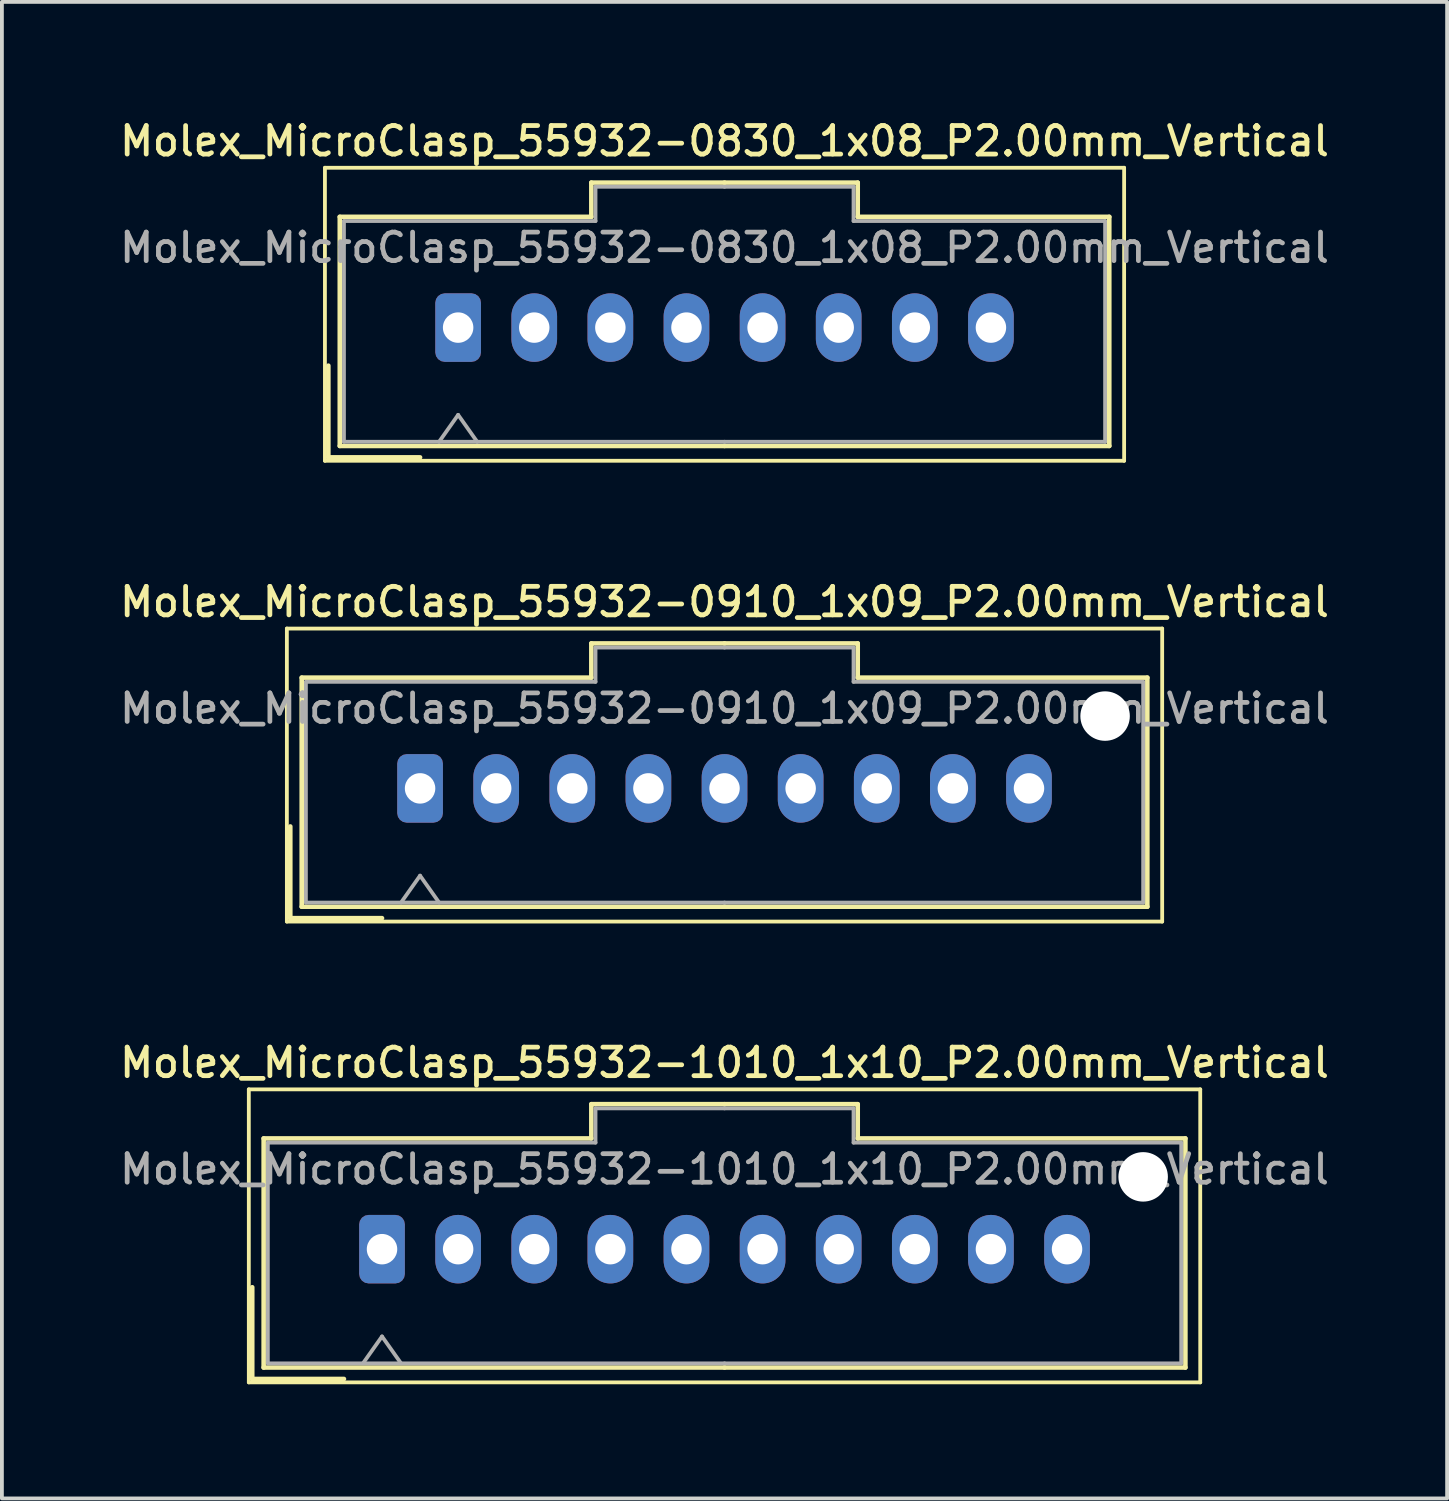
<source format=kicad_pcb>
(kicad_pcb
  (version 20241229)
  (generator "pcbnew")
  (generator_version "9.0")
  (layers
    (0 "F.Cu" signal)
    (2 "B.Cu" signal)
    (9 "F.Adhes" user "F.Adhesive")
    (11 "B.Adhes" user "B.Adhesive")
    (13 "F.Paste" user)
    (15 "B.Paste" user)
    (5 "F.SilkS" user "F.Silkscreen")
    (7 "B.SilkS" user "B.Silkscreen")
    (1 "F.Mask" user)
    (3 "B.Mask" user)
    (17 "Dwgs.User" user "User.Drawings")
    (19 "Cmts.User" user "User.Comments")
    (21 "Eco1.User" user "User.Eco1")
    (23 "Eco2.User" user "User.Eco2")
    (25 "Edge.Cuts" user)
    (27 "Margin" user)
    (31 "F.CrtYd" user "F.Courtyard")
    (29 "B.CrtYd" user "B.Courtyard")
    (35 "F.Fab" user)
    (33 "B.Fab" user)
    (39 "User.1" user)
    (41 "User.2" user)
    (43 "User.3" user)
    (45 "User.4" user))
  (footprint "Molex_MicroClasp_55932-1010_1x10_P2.00mm_Vertical"
    (layer "F.Cu")
    (at 6.988 29.774)
    (property "Reference" "Molex_MicroClasp_55932-1010_1x10_P2.00mm_Vertical" (at 9 -4.9 0) (layer "F.SilkS") (effects (font (size 0.75 0.75) (thickness 0.125))))
    (attr through_hole)
    (fp_line (start -3.5 -4.2) (end -3.5 3.5) (stroke (width 0.1) (type solid)) (layer "F.SilkS"))
    (fp_line (start -3.5 3.5) (end 21.5 3.5) (stroke (width 0.1) (type solid)) (layer "F.SilkS"))
    (fp_line (start -3.41 1) (end -3.41 3.41) (stroke (width 0.12) (type solid)) (layer "F.SilkS"))
    (fp_line (start -3.41 3.41) (end -1 3.41) (stroke (width 0.12) (type solid)) (layer "F.SilkS"))
    (fp_line (start -3.11 -2.91) (end -3.11 3.11) (stroke (width 0.12) (type solid)) (layer "F.SilkS"))
    (fp_line (start -3.11 3.11) (end 9 3.11) (stroke (width 0.12) (type solid)) (layer "F.SilkS"))
    (fp_line (start 5.5 -3.81) (end 5.5 -2.91) (stroke (width 0.12) (type solid)) (layer "F.SilkS"))
    (fp_line (start 5.5 -2.91) (end -3.11 -2.91) (stroke (width 0.12) (type solid)) (layer "F.SilkS"))
    (fp_line (start 9 -3.81) (end 5.5 -3.81) (stroke (width 0.12) (type solid)) (layer "F.SilkS"))
    (fp_line (start 9 -3.81) (end 12.5 -3.81) (stroke (width 0.12) (type solid)) (layer "F.SilkS"))
    (fp_line (start 12.5 -3.81) (end 12.5 -2.91) (stroke (width 0.12) (type solid)) (layer "F.SilkS"))
    (fp_line (start 12.5 -2.91) (end 21.11 -2.91) (stroke (width 0.12) (type solid)) (layer "F.SilkS"))
    (fp_line (start 21.11 -2.91) (end 21.11 3.11) (stroke (width 0.12) (type solid)) (layer "F.SilkS"))
    (fp_line (start 21.11 3.11) (end 9 3.11) (stroke (width 0.12) (type solid)) (layer "F.SilkS"))
    (fp_line (start 21.5 -4.2) (end -3.5 -4.2) (stroke (width 0.1) (type solid)) (layer "F.SilkS"))
    (fp_line (start 21.5 3.5) (end 21.5 -4.2) (stroke (width 0.1) (type solid)) (layer "F.SilkS"))
    (fp_line (start -3 -2.8) (end -3 3) (stroke (width 0.1) (type solid)) (layer "F.Fab"))
    (fp_line (start -3 3) (end 9 3) (stroke (width 0.1) (type solid)) (layer "F.Fab"))
    (fp_line (start -0.5 3) (end 0 2.293) (stroke (width 0.1) (type solid)) (layer "F.Fab"))
    (fp_line (start 0 2.293) (end 0.5 3) (stroke (width 0.1) (type solid)) (layer "F.Fab"))
    (fp_line (start 5.61 -3.7) (end 5.61 -2.8) (stroke (width 0.1) (type solid)) (layer "F.Fab"))
    (fp_line (start 5.61 -2.8) (end -3 -2.8) (stroke (width 0.1) (type solid)) (layer "F.Fab"))
    (fp_line (start 9 -3.7) (end 5.61 -3.7) (stroke (width 0.1) (type solid)) (layer "F.Fab"))
    (fp_line (start 9 -3.7) (end 12.39 -3.7) (stroke (width 0.1) (type solid)) (layer "F.Fab"))
    (fp_line (start 12.39 -3.7) (end 12.39 -2.8) (stroke (width 0.1) (type solid)) (layer "F.Fab"))
    (fp_line (start 12.39 -2.8) (end 21 -2.8) (stroke (width 0.1) (type solid)) (layer "F.Fab"))
    (fp_line (start 21 -2.8) (end 21 3) (stroke (width 0.1) (type solid)) (layer "F.Fab"))
    (fp_line (start 21 3) (end 9 3) (stroke (width 0.1) (type solid)) (layer "F.Fab"))
    (fp_text user "${REFERENCE}" (at 9 -2.1 0) (layer "F.Fab") (effects (font (size 0.75 0.75) (thickness 0.125))))
    (pad "" np_thru_hole circle (at 20 -1.9) (size 1.3 1.3) (drill 1.3) (layers "*.Cu" "*.Mask"))
    (pad "1" thru_hole roundrect (at 0 0) (size 1.2 1.8) (drill 0.8) (layers "*.Cu" "*.Mask") (roundrect_rratio 0.208))
    (pad "2" thru_hole oval (at 2 0) (size 1.2 1.8) (drill 0.8) (layers "*.Cu" "*.Mask"))
    (pad "3" thru_hole oval (at 4 0) (size 1.2 1.8) (drill 0.8) (layers "*.Cu" "*.Mask"))
    (pad "4" thru_hole oval (at 6 0) (size 1.2 1.8) (drill 0.8) (layers "*.Cu" "*.Mask"))
    (pad "5" thru_hole oval (at 8 0) (size 1.2 1.8) (drill 0.8) (layers "*.Cu" "*.Mask"))
    (pad "6" thru_hole oval (at 10 0) (size 1.2 1.8) (drill 0.8) (layers "*.Cu" "*.Mask"))
    (pad "7" thru_hole oval (at 12 0) (size 1.2 1.8) (drill 0.8) (layers "*.Cu" "*.Mask"))
    (pad "8" thru_hole oval (at 14 0) (size 1.2 1.8) (drill 0.8) (layers "*.Cu" "*.Mask"))
    (pad "9" thru_hole oval (at 16 0) (size 1.2 1.8) (drill 0.8) (layers "*.Cu" "*.Mask"))
    (pad "10" thru_hole oval (at 18 0) (size 1.2 1.8) (drill 0.8) (layers "*.Cu" "*.Mask")))
  (footprint "Molex_MicroClasp_55932-0830_1x08_P2.00mm_Vertical"
    (layer "F.Cu")
    (at 8.988 5.558)
    (property "Reference" "Molex_MicroClasp_55932-0830_1x08_P2.00mm_Vertical" (at 7 -4.9 0) (layer "F.SilkS") (effects (font (size 0.75 0.75) (thickness 0.125))))
    (attr through_hole)
    (fp_line (start -3.5 -4.2) (end -3.5 3.5) (stroke (width 0.1) (type solid)) (layer "F.SilkS"))
    (fp_line (start -3.5 3.5) (end 17.5 3.5) (stroke (width 0.1) (type solid)) (layer "F.SilkS"))
    (fp_line (start -3.41 1) (end -3.41 3.41) (stroke (width 0.12) (type solid)) (layer "F.SilkS"))
    (fp_line (start -3.41 3.41) (end -1 3.41) (stroke (width 0.12) (type solid)) (layer "F.SilkS"))
    (fp_line (start -3.11 -2.91) (end -3.11 3.11) (stroke (width 0.12) (type solid)) (layer "F.SilkS"))
    (fp_line (start -3.11 3.11) (end 7 3.11) (stroke (width 0.12) (type solid)) (layer "F.SilkS"))
    (fp_line (start 3.5 -3.81) (end 3.5 -2.91) (stroke (width 0.12) (type solid)) (layer "F.SilkS"))
    (fp_line (start 3.5 -2.91) (end -3.11 -2.91) (stroke (width 0.12) (type solid)) (layer "F.SilkS"))
    (fp_line (start 7 -3.81) (end 3.5 -3.81) (stroke (width 0.12) (type solid)) (layer "F.SilkS"))
    (fp_line (start 7 -3.81) (end 10.5 -3.81) (stroke (width 0.12) (type solid)) (layer "F.SilkS"))
    (fp_line (start 10.5 -3.81) (end 10.5 -2.91) (stroke (width 0.12) (type solid)) (layer "F.SilkS"))
    (fp_line (start 10.5 -2.91) (end 17.11 -2.91) (stroke (width 0.12) (type solid)) (layer "F.SilkS"))
    (fp_line (start 17.11 -2.91) (end 17.11 3.11) (stroke (width 0.12) (type solid)) (layer "F.SilkS"))
    (fp_line (start 17.11 3.11) (end 7 3.11) (stroke (width 0.12) (type solid)) (layer "F.SilkS"))
    (fp_line (start 17.5 -4.2) (end -3.5 -4.2) (stroke (width 0.1) (type solid)) (layer "F.SilkS"))
    (fp_line (start 17.5 3.5) (end 17.5 -4.2) (stroke (width 0.1) (type solid)) (layer "F.SilkS"))
    (fp_line (start -3 -2.8) (end -3 3) (stroke (width 0.1) (type solid)) (layer "F.Fab"))
    (fp_line (start -3 3) (end 7 3) (stroke (width 0.1) (type solid)) (layer "F.Fab"))
    (fp_line (start -0.5 3) (end 0 2.293) (stroke (width 0.1) (type solid)) (layer "F.Fab"))
    (fp_line (start 0 2.293) (end 0.5 3) (stroke (width 0.1) (type solid)) (layer "F.Fab"))
    (fp_line (start 3.61 -3.7) (end 3.61 -2.8) (stroke (width 0.1) (type solid)) (layer "F.Fab"))
    (fp_line (start 3.61 -2.8) (end -3 -2.8) (stroke (width 0.1) (type solid)) (layer "F.Fab"))
    (fp_line (start 7 -3.7) (end 3.61 -3.7) (stroke (width 0.1) (type solid)) (layer "F.Fab"))
    (fp_line (start 7 -3.7) (end 10.39 -3.7) (stroke (width 0.1) (type solid)) (layer "F.Fab"))
    (fp_line (start 10.39 -3.7) (end 10.39 -2.8) (stroke (width 0.1) (type solid)) (layer "F.Fab"))
    (fp_line (start 10.39 -2.8) (end 17 -2.8) (stroke (width 0.1) (type solid)) (layer "F.Fab"))
    (fp_line (start 17 -2.8) (end 17 3) (stroke (width 0.1) (type solid)) (layer "F.Fab"))
    (fp_line (start 17 3) (end 7 3) (stroke (width 0.1) (type solid)) (layer "F.Fab"))
    (fp_text user "${REFERENCE}" (at 7 -2.1 0) (layer "F.Fab") (effects (font (size 0.75 0.75) (thickness 0.125))))
    (pad "1" thru_hole roundrect (at 0 0) (size 1.2 1.8) (drill 0.8) (layers "*.Cu" "*.Mask") (roundrect_rratio 0.208))
    (pad "2" thru_hole oval (at 2 0) (size 1.2 1.8) (drill 0.8) (layers "*.Cu" "*.Mask"))
    (pad "3" thru_hole oval (at 4 0) (size 1.2 1.8) (drill 0.8) (layers "*.Cu" "*.Mask"))
    (pad "4" thru_hole oval (at 6 0) (size 1.2 1.8) (drill 0.8) (layers "*.Cu" "*.Mask"))
    (pad "5" thru_hole oval (at 8 0) (size 1.2 1.8) (drill 0.8) (layers "*.Cu" "*.Mask"))
    (pad "6" thru_hole oval (at 10 0) (size 1.2 1.8) (drill 0.8) (layers "*.Cu" "*.Mask"))
    (pad "7" thru_hole oval (at 12 0) (size 1.2 1.8) (drill 0.8) (layers "*.Cu" "*.Mask"))
    (pad "8" thru_hole oval (at 14 0) (size 1.2 1.8) (drill 0.8) (layers "*.Cu" "*.Mask")))
  (footprint "Molex_MicroClasp_55932-0910_1x09_P2.00mm_Vertical"
    (layer "F.Cu")
    (at 7.988 17.666)
    (property "Reference" "Molex_MicroClasp_55932-0910_1x09_P2.00mm_Vertical" (at 8 -4.9 0) (layer "F.SilkS") (effects (font (size 0.75 0.75) (thickness 0.125))))
    (attr through_hole)
    (fp_line (start -3.5 -4.2) (end -3.5 3.5) (stroke (width 0.1) (type solid)) (layer "F.SilkS"))
    (fp_line (start -3.5 3.5) (end 19.5 3.5) (stroke (width 0.1) (type solid)) (layer "F.SilkS"))
    (fp_line (start -3.41 1) (end -3.41 3.41) (stroke (width 0.12) (type solid)) (layer "F.SilkS"))
    (fp_line (start -3.41 3.41) (end -1 3.41) (stroke (width 0.12) (type solid)) (layer "F.SilkS"))
    (fp_line (start -3.11 -2.91) (end -3.11 3.11) (stroke (width 0.12) (type solid)) (layer "F.SilkS"))
    (fp_line (start -3.11 3.11) (end 8 3.11) (stroke (width 0.12) (type solid)) (layer "F.SilkS"))
    (fp_line (start 4.5 -3.81) (end 4.5 -2.91) (stroke (width 0.12) (type solid)) (layer "F.SilkS"))
    (fp_line (start 4.5 -2.91) (end -3.11 -2.91) (stroke (width 0.12) (type solid)) (layer "F.SilkS"))
    (fp_line (start 8 -3.81) (end 4.5 -3.81) (stroke (width 0.12) (type solid)) (layer "F.SilkS"))
    (fp_line (start 8 -3.81) (end 11.5 -3.81) (stroke (width 0.12) (type solid)) (layer "F.SilkS"))
    (fp_line (start 11.5 -3.81) (end 11.5 -2.91) (stroke (width 0.12) (type solid)) (layer "F.SilkS"))
    (fp_line (start 11.5 -2.91) (end 19.11 -2.91) (stroke (width 0.12) (type solid)) (layer "F.SilkS"))
    (fp_line (start 19.11 -2.91) (end 19.11 3.11) (stroke (width 0.12) (type solid)) (layer "F.SilkS"))
    (fp_line (start 19.11 3.11) (end 8 3.11) (stroke (width 0.12) (type solid)) (layer "F.SilkS"))
    (fp_line (start 19.5 -4.2) (end -3.5 -4.2) (stroke (width 0.1) (type solid)) (layer "F.SilkS"))
    (fp_line (start 19.5 3.5) (end 19.5 -4.2) (stroke (width 0.1) (type solid)) (layer "F.SilkS"))
    (fp_line (start -3 -2.8) (end -3 3) (stroke (width 0.1) (type solid)) (layer "F.Fab"))
    (fp_line (start -3 3) (end 8 3) (stroke (width 0.1) (type solid)) (layer "F.Fab"))
    (fp_line (start -0.5 3) (end 0 2.293) (stroke (width 0.1) (type solid)) (layer "F.Fab"))
    (fp_line (start 0 2.293) (end 0.5 3) (stroke (width 0.1) (type solid)) (layer "F.Fab"))
    (fp_line (start 4.61 -3.7) (end 4.61 -2.8) (stroke (width 0.1) (type solid)) (layer "F.Fab"))
    (fp_line (start 4.61 -2.8) (end -3 -2.8) (stroke (width 0.1) (type solid)) (layer "F.Fab"))
    (fp_line (start 8 -3.7) (end 4.61 -3.7) (stroke (width 0.1) (type solid)) (layer "F.Fab"))
    (fp_line (start 8 -3.7) (end 11.39 -3.7) (stroke (width 0.1) (type solid)) (layer "F.Fab"))
    (fp_line (start 11.39 -3.7) (end 11.39 -2.8) (stroke (width 0.1) (type solid)) (layer "F.Fab"))
    (fp_line (start 11.39 -2.8) (end 19 -2.8) (stroke (width 0.1) (type solid)) (layer "F.Fab"))
    (fp_line (start 19 -2.8) (end 19 3) (stroke (width 0.1) (type solid)) (layer "F.Fab"))
    (fp_line (start 19 3) (end 8 3) (stroke (width 0.1) (type solid)) (layer "F.Fab"))
    (fp_text user "${REFERENCE}" (at 8 -2.1 0) (layer "F.Fab") (effects (font (size 0.75 0.75) (thickness 0.125))))
    (pad "" np_thru_hole circle (at 18 -1.9) (size 1.3 1.3) (drill 1.3) (layers "*.Cu" "*.Mask"))
    (pad "1" thru_hole roundrect (at 0 0) (size 1.2 1.8) (drill 0.8) (layers "*.Cu" "*.Mask") (roundrect_rratio 0.208))
    (pad "2" thru_hole oval (at 2 0) (size 1.2 1.8) (drill 0.8) (layers "*.Cu" "*.Mask"))
    (pad "3" thru_hole oval (at 4 0) (size 1.2 1.8) (drill 0.8) (layers "*.Cu" "*.Mask"))
    (pad "4" thru_hole oval (at 6 0) (size 1.2 1.8) (drill 0.8) (layers "*.Cu" "*.Mask"))
    (pad "5" thru_hole oval (at 8 0) (size 1.2 1.8) (drill 0.8) (layers "*.Cu" "*.Mask"))
    (pad "6" thru_hole oval (at 10 0) (size 1.2 1.8) (drill 0.8) (layers "*.Cu" "*.Mask"))
    (pad "7" thru_hole oval (at 12 0) (size 1.2 1.8) (drill 0.8) (layers "*.Cu" "*.Mask"))
    (pad "8" thru_hole oval (at 14 0) (size 1.2 1.8) (drill 0.8) (layers "*.Cu" "*.Mask"))
    (pad "9" thru_hole oval (at 16 0) (size 1.2 1.8) (drill 0.8) (layers "*.Cu" "*.Mask")))
  (gr_rect
    (start -3 -3)
    (end 34.975 36.324)
    (stroke (width 0.1) (type default))
    (fill no)
    (layer "Edge.Cuts")))
</source>
